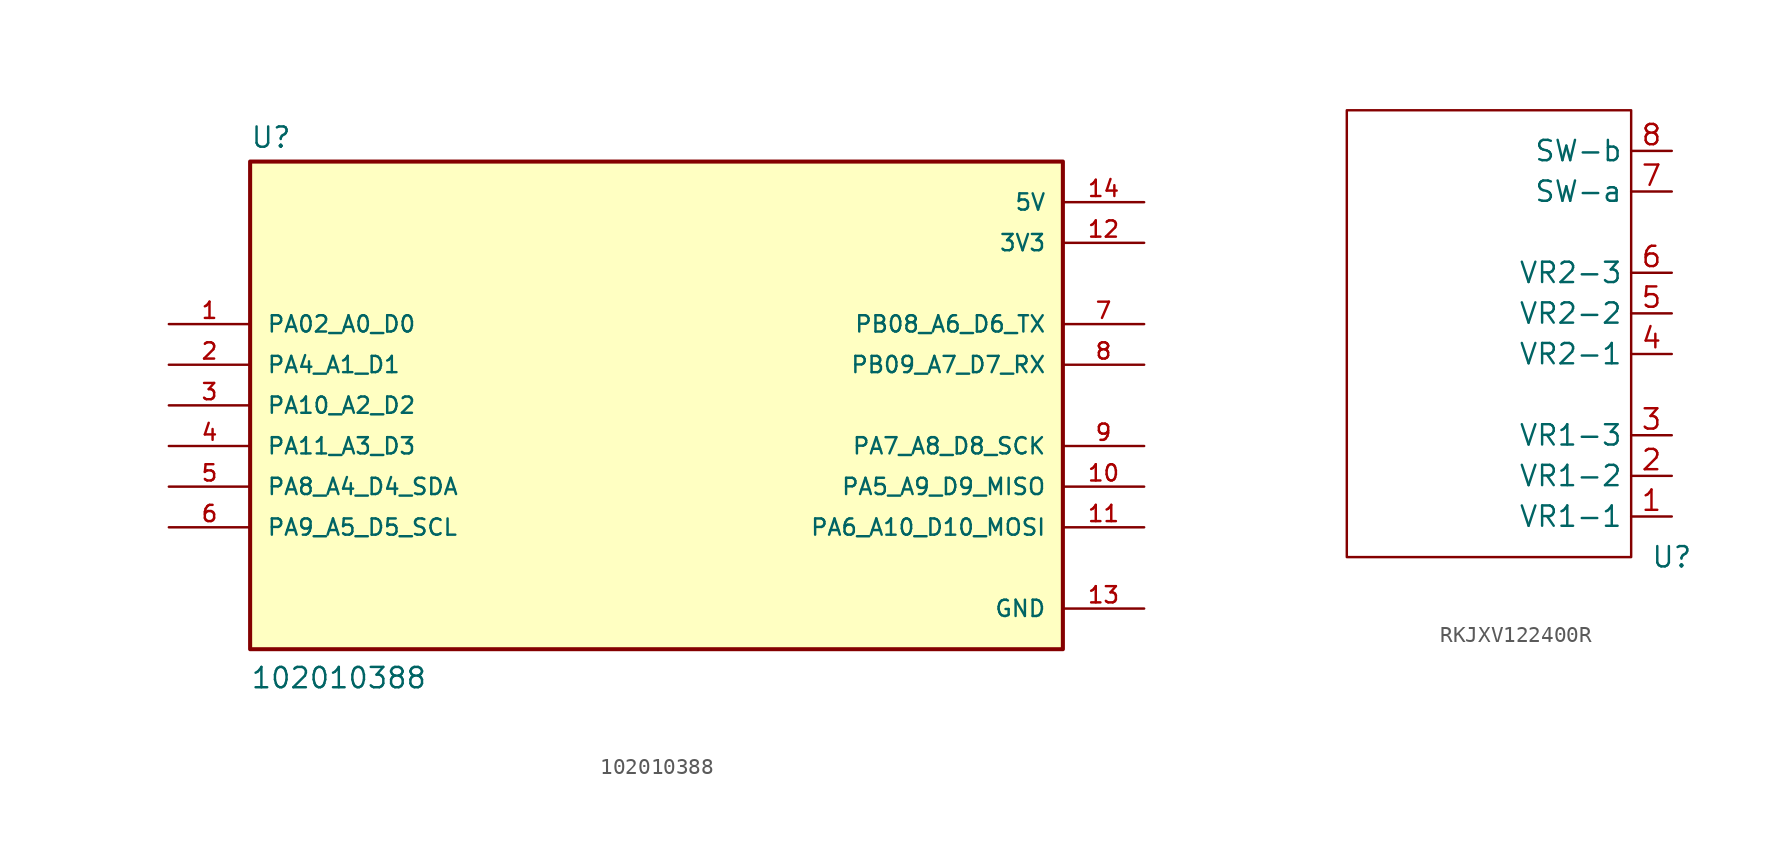
<source format=kicad_sym>
(kicad_symbol_lib
  (version 20220914)
  (generator kicad_symbol_editor)
  (symbol "102010388"
    (pin_names
      (offset 1.016))
    (property "Reference" "U"
      (at -25.4 16.002 0)
      (effects (font (size 1.27 1.27)) (justify left bottom)))
    (property "Value" "102010388"
      (at -25.4 -17.78 0)
      (effects (font (size 1.27 1.27)) (justify left bottom)))
    (symbol "102010388_0_0"
      (rectangle (start -25.4 -15.24) (end 25.4 15.24) (stroke (width 0.254) (type default)) (fill (type background)))
      (pin bidirectional line (at -30.48 5.08 0) (length 5.08) (name "PA02_A0_D0" (effects (font (size 1.016 1.016)))) (number "1" (effects (font (size 1.016 1.016)))))
      (pin bidirectional line (at 30.48 -5.08 180) (length 5.08) (name "PA5_A9_D9_MISO" (effects (font (size 1.016 1.016)))) (number "10" (effects (font (size 1.016 1.016)))))
      (pin bidirectional line (at 30.48 -7.62 180) (length 5.08) (name "PA6_A10_D10_MOSI" (effects (font (size 1.016 1.016)))) (number "11" (effects (font (size 1.016 1.016)))))
      (pin power_in line (at 30.48 10.16 180) (length 5.08) (name "3V3" (effects (font (size 1.016 1.016)))) (number "12" (effects (font (size 1.016 1.016)))))
      (pin power_in line (at 30.48 -12.7 180) (length 5.08) (name "GND" (effects (font (size 1.016 1.016)))) (number "13" (effects (font (size 1.016 1.016)))))
      (pin power_in line (at 30.48 12.7 180) (length 5.08) (name "5V" (effects (font (size 1.016 1.016)))) (number "14" (effects (font (size 1.016 1.016)))))
      (pin bidirectional line (at -30.48 2.54 0) (length 5.08) (name "PA4_A1_D1" (effects (font (size 1.016 1.016)))) (number "2" (effects (font (size 1.016 1.016)))))
      (pin bidirectional line (at -30.48 0 0) (length 5.08) (name "PA10_A2_D2" (effects (font (size 1.016 1.016)))) (number "3" (effects (font (size 1.016 1.016)))))
      (pin bidirectional line (at -30.48 -2.54 0) (length 5.08) (name "PA11_A3_D3" (effects (font (size 1.016 1.016)))) (number "4" (effects (font (size 1.016 1.016)))))
      (pin bidirectional line (at -30.48 -5.08 0) (length 5.08) (name "PA8_A4_D4_SDA" (effects (font (size 1.016 1.016)))) (number "5" (effects (font (size 1.016 1.016)))))
      (pin bidirectional line (at -30.48 -7.62 0) (length 5.08) (name "PA9_A5_D5_SCL" (effects (font (size 1.016 1.016)))) (number "6" (effects (font (size 1.016 1.016)))))
      (pin bidirectional line (at 30.48 5.08 180) (length 5.08) (name "PB08_A6_D6_TX" (effects (font (size 1.016 1.016)))) (number "7" (effects (font (size 1.016 1.016)))))
      (pin bidirectional line (at 30.48 2.54 180) (length 5.08) (name "PB09_A7_D7_RX" (effects (font (size 1.016 1.016)))) (number "8" (effects (font (size 1.016 1.016)))))
      (pin bidirectional line (at 30.48 -2.54 180) (length 5.08) (name "PA7_A8_D8_SCK" (effects (font (size 1.016 1.016)))) (number "9" (effects (font (size 1.016 1.016)))))))
  (symbol "RKJXV122400R"
    (property "Reference" "U"
      (at 0 -2.54 0)
      (effects (font (size 1.27 1.27))))
    (property "Value" ""
      (at 0 0 0)
      (effects (font (size 1.27 1.27))))
    (symbol "RKJXV122400R_0_1"
      (rectangle (start -20.32 25.4) (end -2.54 -2.54) (stroke (width 0) (type default)) (fill (type none))))
    (symbol "RKJXV122400R_1_1"
      (pin input line (at 0 0 180) (length 2.54) (name "VR1-1" (effects (font (size 1.27 1.27)))) (number "1" (effects (font (size 1.27 1.27)))))
      (pin output line (at 0 2.54 180) (length 2.54) (name "VR1-2" (effects (font (size 1.27 1.27)))) (number "2" (effects (font (size 1.27 1.27)))))
      (pin input line (at 0 5.08 180) (length 2.54) (name "VR1-3" (effects (font (size 1.27 1.27)))) (number "3" (effects (font (size 1.27 1.27)))))
      (pin input line (at 0 10.16 180) (length 2.54) (name "VR2-1" (effects (font (size 1.27 1.27)))) (number "4" (effects (font (size 1.27 1.27)))))
      (pin output line (at 0 12.7 180) (length 2.54) (name "VR2-2" (effects (font (size 1.27 1.27)))) (number "5" (effects (font (size 1.27 1.27)))))
      (pin input line (at 0 15.24 180) (length 2.54) (name "VR2-3" (effects (font (size 1.27 1.27)))) (number "6" (effects (font (size 1.27 1.27)))))
      (pin input line (at 0 20.32 180) (length 2.54) (name "SW-a" (effects (font (size 1.27 1.27)))) (number "7" (effects (font (size 1.27 1.27)))))
      (pin input line (at 0 22.86 180) (length 2.54) (name "SW-b" (effects (font (size 1.27 1.27)))) (number "8" (effects (font (size 1.27 1.27))))))))
</source>
